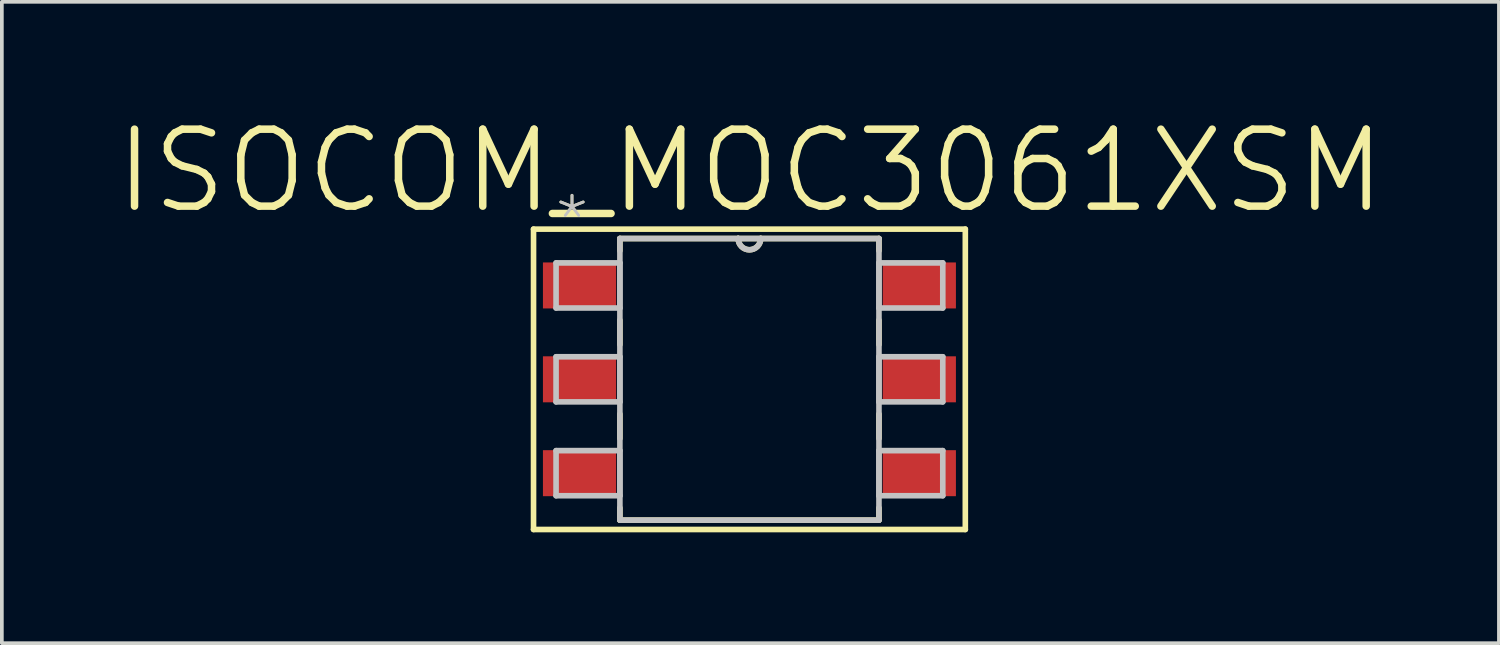
<source format=kicad_pcb>
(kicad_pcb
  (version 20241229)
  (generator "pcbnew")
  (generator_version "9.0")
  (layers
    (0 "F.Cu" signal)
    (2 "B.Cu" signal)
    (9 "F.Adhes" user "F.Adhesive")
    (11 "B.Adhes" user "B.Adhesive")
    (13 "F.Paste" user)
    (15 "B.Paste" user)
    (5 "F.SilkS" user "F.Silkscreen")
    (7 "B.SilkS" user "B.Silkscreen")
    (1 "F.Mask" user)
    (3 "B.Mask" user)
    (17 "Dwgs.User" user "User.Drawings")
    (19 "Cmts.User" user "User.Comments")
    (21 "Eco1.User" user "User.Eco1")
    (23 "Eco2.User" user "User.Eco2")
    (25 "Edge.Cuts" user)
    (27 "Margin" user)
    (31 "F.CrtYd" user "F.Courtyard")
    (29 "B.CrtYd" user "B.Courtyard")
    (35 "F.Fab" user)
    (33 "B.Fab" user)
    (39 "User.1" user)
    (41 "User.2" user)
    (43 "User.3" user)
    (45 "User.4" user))
  (footprint "ISOCOM_MOC3061XSM"
    (layer "F.Cu")
    (at 17.229 7.214)
    (property "Reference" "ISOCOM_MOC3061XSM" (at 0.025 -5.639 0) (layer "F.SilkS") (effects (font (size 2.083 2.083) (thickness 0.203))))
    (attr smd)
    (fp_line (start -5.842 -4.064) (end 5.842 -4.064) (stroke (width 0.152) (type solid)) (layer "F.SilkS"))
    (fp_line (start -5.842 4.064) (end -5.842 -4.064) (stroke (width 0.152) (type solid)) (layer "F.SilkS"))
    (fp_line (start -3.505 -3.81) (end -3.505 -3.48) (stroke (width 0.152) (type solid)) (layer "F.SilkS"))
    (fp_line (start -3.505 -1.6) (end -3.505 -0.94) (stroke (width 0.152) (type solid)) (layer "F.SilkS"))
    (fp_line (start -3.505 0.94) (end -3.505 1.6) (stroke (width 0.152) (type solid)) (layer "F.SilkS"))
    (fp_line (start -3.505 3.48) (end -3.505 3.81) (stroke (width 0.152) (type solid)) (layer "F.SilkS"))
    (fp_line (start -3.505 3.81) (end 3.505 3.81) (stroke (width 0.152) (type solid)) (layer "F.SilkS"))
    (fp_line (start -0.305 -3.81) (end -3.505 -3.81) (stroke (width 0.152) (type solid)) (layer "F.SilkS"))
    (fp_line (start 0.305 -3.81) (end -0.305 -3.81) (stroke (width 0.152) (type solid)) (layer "F.SilkS"))
    (fp_line (start 3.505 -3.81) (end 0.305 -3.81) (stroke (width 0.152) (type solid)) (layer "F.SilkS"))
    (fp_line (start 3.505 -3.48) (end 3.505 -3.81) (stroke (width 0.152) (type solid)) (layer "F.SilkS"))
    (fp_line (start 3.505 -0.94) (end 3.505 -1.6) (stroke (width 0.152) (type solid)) (layer "F.SilkS"))
    (fp_line (start 3.505 1.6) (end 3.505 0.94) (stroke (width 0.152) (type solid)) (layer "F.SilkS"))
    (fp_line (start 3.505 3.81) (end 3.505 3.48) (stroke (width 0.152) (type solid)) (layer "F.SilkS"))
    (fp_line (start 5.842 -4.064) (end 5.842 4.064) (stroke (width 0.152) (type solid)) (layer "F.SilkS"))
    (fp_line (start 5.842 4.064) (end -5.842 4.064) (stroke (width 0.152) (type solid)) (layer "F.SilkS"))
    (fp_arc (start 0.3048 -3.81) (mid 0 -3.5052) (end -0.3048 -3.81) (stroke (width 0.1524) (type solid)) (layer "F.SilkS"))
    (fp_line (start -5.232 -3.15) (end -5.232 -1.93) (stroke (width 0.152) (type solid)) (layer "Dwgs.User"))
    (fp_line (start -5.232 -1.93) (end -3.505 -1.93) (stroke (width 0.152) (type solid)) (layer "Dwgs.User"))
    (fp_line (start -5.232 -0.61) (end -5.232 0.61) (stroke (width 0.152) (type solid)) (layer "Dwgs.User"))
    (fp_line (start -5.232 0.61) (end -3.505 0.61) (stroke (width 0.152) (type solid)) (layer "Dwgs.User"))
    (fp_line (start -5.232 1.93) (end -5.232 3.15) (stroke (width 0.152) (type solid)) (layer "Dwgs.User"))
    (fp_line (start -5.232 3.15) (end -3.505 3.15) (stroke (width 0.152) (type solid)) (layer "Dwgs.User"))
    (fp_line (start -3.505 -3.81) (end -3.505 3.81) (stroke (width 0.152) (type solid)) (layer "Dwgs.User"))
    (fp_line (start -3.505 -3.15) (end -5.232 -3.15) (stroke (width 0.152) (type solid)) (layer "Dwgs.User"))
    (fp_line (start -3.505 -1.93) (end -3.505 -3.15) (stroke (width 0.152) (type solid)) (layer "Dwgs.User"))
    (fp_line (start -3.505 -0.61) (end -5.232 -0.61) (stroke (width 0.152) (type solid)) (layer "Dwgs.User"))
    (fp_line (start -3.505 0.61) (end -3.505 -0.61) (stroke (width 0.152) (type solid)) (layer "Dwgs.User"))
    (fp_line (start -3.505 1.93) (end -5.232 1.93) (stroke (width 0.152) (type solid)) (layer "Dwgs.User"))
    (fp_line (start -3.505 3.15) (end -3.505 1.93) (stroke (width 0.152) (type solid)) (layer "Dwgs.User"))
    (fp_line (start -3.505 3.81) (end 3.505 3.81) (stroke (width 0.152) (type solid)) (layer "Dwgs.User"))
    (fp_line (start -0.305 -3.81) (end -3.505 -3.81) (stroke (width 0.152) (type solid)) (layer "Dwgs.User"))
    (fp_line (start 0.305 -3.81) (end -0.305 -3.81) (stroke (width 0.152) (type solid)) (layer "Dwgs.User"))
    (fp_line (start 3.505 -3.81) (end 0.305 -3.81) (stroke (width 0.152) (type solid)) (layer "Dwgs.User"))
    (fp_line (start 3.505 -3.15) (end 3.505 -1.93) (stroke (width 0.152) (type solid)) (layer "Dwgs.User"))
    (fp_line (start 3.505 -1.93) (end 5.232 -1.93) (stroke (width 0.152) (type solid)) (layer "Dwgs.User"))
    (fp_line (start 3.505 -0.61) (end 3.505 0.61) (stroke (width 0.152) (type solid)) (layer "Dwgs.User"))
    (fp_line (start 3.505 0.61) (end 5.232 0.61) (stroke (width 0.152) (type solid)) (layer "Dwgs.User"))
    (fp_line (start 3.505 1.93) (end 3.505 3.15) (stroke (width 0.152) (type solid)) (layer "Dwgs.User"))
    (fp_line (start 3.505 3.15) (end 5.232 3.15) (stroke (width 0.152) (type solid)) (layer "Dwgs.User"))
    (fp_line (start 3.505 3.81) (end 3.505 -3.81) (stroke (width 0.152) (type solid)) (layer "Dwgs.User"))
    (fp_line (start 5.232 -3.15) (end 3.505 -3.15) (stroke (width 0.152) (type solid)) (layer "Dwgs.User"))
    (fp_line (start 5.232 -1.93) (end 5.232 -3.15) (stroke (width 0.152) (type solid)) (layer "Dwgs.User"))
    (fp_line (start 5.232 -0.61) (end 3.505 -0.61) (stroke (width 0.152) (type solid)) (layer "Dwgs.User"))
    (fp_line (start 5.232 0.61) (end 5.232 -0.61) (stroke (width 0.152) (type solid)) (layer "Dwgs.User"))
    (fp_line (start 5.232 1.93) (end 3.505 1.93) (stroke (width 0.152) (type solid)) (layer "Dwgs.User"))
    (fp_line (start 5.232 3.15) (end 5.232 1.93) (stroke (width 0.152) (type solid)) (layer "Dwgs.User"))
    (fp_arc (start 0.3048 -3.81) (mid 0 -3.5052) (end -0.3048 -3.81) (stroke (width 0.1524) (type solid)) (layer "Dwgs.User"))
    (fp_text user "*" (at -4.801 -4.293 0) (layer "F.SilkS") (effects (font (size 1.27 1.27) (thickness 0.076))))
    (fp_text user "*" (at -4.801 -4.293 0) (layer "Dwgs.User") (effects (font (size 1.27 1.27) (thickness 0.076))))
    (pad "1" smd rect (at -4.597 -2.54) (size 1.981 1.245) (layers "F.Cu" "F.Mask" "F.Paste"))
    (pad "2" smd rect (at -4.597 0) (size 1.981 1.245) (layers "F.Cu" "F.Mask" "F.Paste"))
    (pad "3" smd rect (at -4.597 2.54) (size 1.981 1.245) (layers "F.Cu" "F.Mask" "F.Paste"))
    (pad "4" smd rect (at 4.597 2.54) (size 1.981 1.245) (layers "F.Cu" "F.Mask" "F.Paste"))
    (pad "5" smd rect (at 4.597 0) (size 1.981 1.245) (layers "F.Cu" "F.Mask" "F.Paste"))
    (pad "6" smd rect (at 4.597 -2.54) (size 1.981 1.245) (layers "F.Cu" "F.Mask" "F.Paste")))
  (gr_rect
    (start -3 -3)
    (end 37.51 14.354)
    (stroke (width 0.1) (type default))
    (fill no)
    (layer "Edge.Cuts")))
</source>
